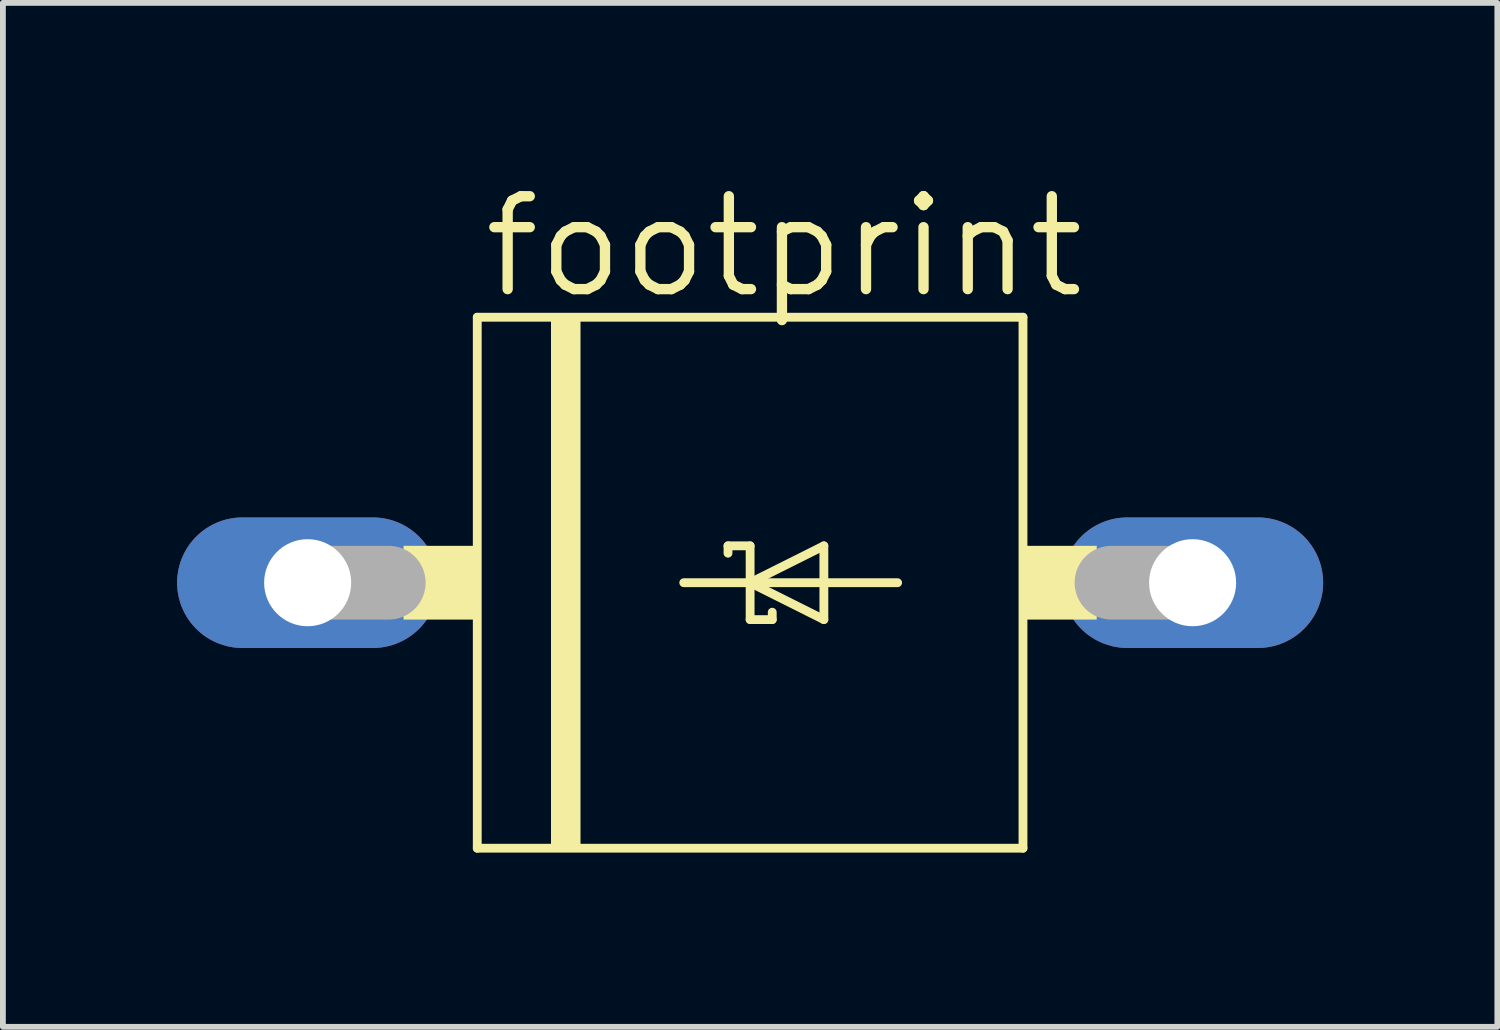
<source format=kicad_pcb>
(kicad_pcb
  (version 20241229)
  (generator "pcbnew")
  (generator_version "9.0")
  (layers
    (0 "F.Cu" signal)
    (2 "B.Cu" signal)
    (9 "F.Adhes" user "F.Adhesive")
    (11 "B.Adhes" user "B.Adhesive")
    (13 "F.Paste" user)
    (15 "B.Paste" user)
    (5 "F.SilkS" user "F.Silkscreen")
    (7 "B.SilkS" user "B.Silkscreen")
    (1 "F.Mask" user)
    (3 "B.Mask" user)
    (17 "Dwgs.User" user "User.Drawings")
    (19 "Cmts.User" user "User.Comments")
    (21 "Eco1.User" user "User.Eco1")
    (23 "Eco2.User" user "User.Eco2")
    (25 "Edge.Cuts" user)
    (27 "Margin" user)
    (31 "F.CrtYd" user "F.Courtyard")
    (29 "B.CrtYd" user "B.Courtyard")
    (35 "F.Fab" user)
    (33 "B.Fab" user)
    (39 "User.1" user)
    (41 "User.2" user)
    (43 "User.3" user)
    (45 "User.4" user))
  (footprint "footprint"
    (layer "F.Cu")
    (at 9.868 6.985)
    (property "Reference" "footprint" (at -4.674 -4.851 0) (layer "F.SilkS") (effects (font (size 1.6 1.6) (thickness 0.178)) (justify left bottom)))
    (fp_line (start -4.699 -4.572) (end 4.699 -4.572) (stroke (width 0.152) (type solid)) (layer "F.SilkS"))
    (fp_line (start -4.699 4.572) (end -4.699 -4.572) (stroke (width 0.152) (type solid)) (layer "F.SilkS"))
    (fp_line (start -1.143 0) (end 0 0) (stroke (width 0.152) (type solid)) (layer "F.SilkS"))
    (fp_line (start -0.381 -0.635) (end 0 -0.635) (stroke (width 0.152) (type solid)) (layer "F.SilkS"))
    (fp_line (start -0.381 -0.508) (end -0.381 -0.635) (stroke (width 0.152) (type solid)) (layer "F.SilkS"))
    (fp_line (start 0 -0.635) (end 0 0) (stroke (width 0.152) (type solid)) (layer "F.SilkS"))
    (fp_line (start 0 0) (end 1.27 -0.635) (stroke (width 0.152) (type solid)) (layer "F.SilkS"))
    (fp_line (start 0 0) (end 2.54 0) (stroke (width 0.152) (type solid)) (layer "F.SilkS"))
    (fp_line (start 0 0.635) (end 0 0) (stroke (width 0.152) (type solid)) (layer "F.SilkS"))
    (fp_line (start 0.381 0.508) (end 0.381 0.635) (stroke (width 0.152) (type solid)) (layer "F.SilkS"))
    (fp_line (start 0.381 0.635) (end 0 0.635) (stroke (width 0.152) (type solid)) (layer "F.SilkS"))
    (fp_line (start 1.27 -0.635) (end 1.27 0.635) (stroke (width 0.152) (type solid)) (layer "F.SilkS"))
    (fp_line (start 1.27 0.635) (end 0 0) (stroke (width 0.152) (type solid)) (layer "F.SilkS"))
    (fp_line (start 4.699 -4.572) (end 4.699 4.572) (stroke (width 0.152) (type solid)) (layer "F.SilkS"))
    (fp_line (start 4.699 4.572) (end -4.699 4.572) (stroke (width 0.152) (type solid)) (layer "F.SilkS"))
    (fp_poly (pts (xy -5.969 0.635) (xy -4.699 0.635) (xy -4.699 -0.635) (xy -5.969 -0.635)) (stroke (width 0) (type solid)) (fill yes) (layer "F.SilkS"))
    (fp_poly (pts (xy -3.429 4.572) (xy -2.921 4.572) (xy -2.921 -4.572) (xy -3.429 -4.572)) (stroke (width 0) (type solid)) (fill yes) (layer "F.SilkS"))
    (fp_poly (pts (xy 4.699 0.635) (xy 5.969 0.635) (xy 5.969 -0.635) (xy 4.699 -0.635)) (stroke (width 0) (type solid)) (fill yes) (layer "F.SilkS"))
    (fp_line (start -7.62 0) (end -6.223 0) (stroke (width 1.27) (type solid)) (layer "F.Fab"))
    (fp_line (start 7.62 0) (end 6.223 0) (stroke (width 1.27) (type solid)) (layer "F.Fab"))
    (pad "A" thru_hole oval (at 7.62 0) (size 4.496 2.248) (drill 1.499) (layers "*.Cu" "*.Mask"))
    (pad "C" thru_hole oval (at -7.62 0) (size 4.496 2.248) (drill 1.499) (layers "*.Cu" "*.Mask")))
  (gr_rect
    (start -3 -3)
    (end 22.736 14.633)
    (stroke (width 0.1) (type default))
    (fill no)
    (layer "Edge.Cuts")))
</source>
